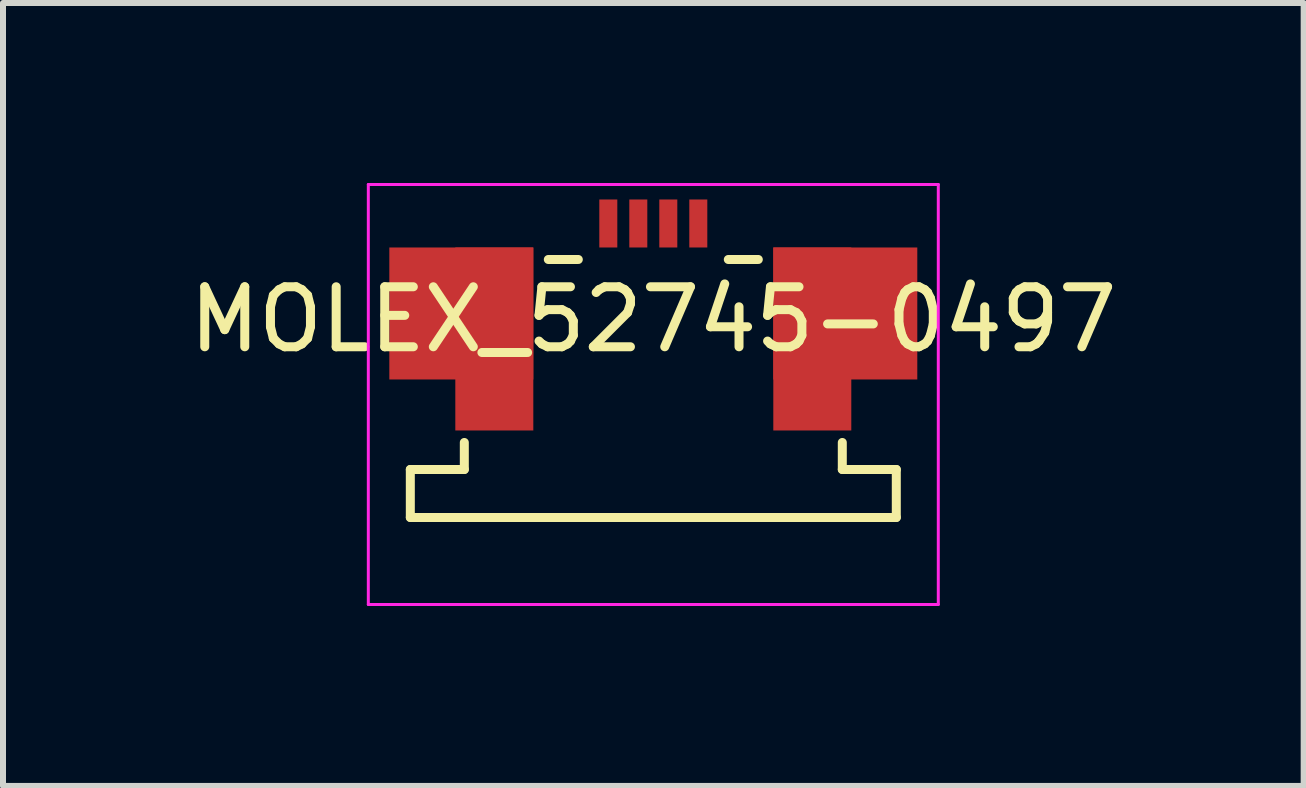
<source format=kicad_pcb>
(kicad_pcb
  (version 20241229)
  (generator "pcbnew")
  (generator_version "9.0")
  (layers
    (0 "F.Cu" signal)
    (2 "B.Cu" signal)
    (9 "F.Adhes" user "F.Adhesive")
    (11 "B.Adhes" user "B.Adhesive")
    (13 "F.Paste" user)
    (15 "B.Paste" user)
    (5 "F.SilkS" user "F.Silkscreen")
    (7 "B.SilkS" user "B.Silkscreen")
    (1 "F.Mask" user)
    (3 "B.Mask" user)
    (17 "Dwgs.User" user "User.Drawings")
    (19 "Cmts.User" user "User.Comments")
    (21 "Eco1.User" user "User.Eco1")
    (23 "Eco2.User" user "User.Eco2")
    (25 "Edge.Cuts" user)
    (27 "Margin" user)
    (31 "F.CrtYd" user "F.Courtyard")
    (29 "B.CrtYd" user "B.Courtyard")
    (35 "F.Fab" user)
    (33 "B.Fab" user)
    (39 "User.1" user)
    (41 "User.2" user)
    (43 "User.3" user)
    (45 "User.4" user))
  (footprint "MOLEX_52745-0497"
    (layer "F.Cu")
    (at 7.839 1.275)
    (property "Reference" "MOLEX_52745-0497" (at 0 1 0) (layer "F.SilkS") (effects (font (size 1 1) (thickness 0.15))))
    (attr through_hole)
    (fp_line (start -4.05 3.5) (end -4.05 4.3) (stroke (width 0.15) (type solid)) (layer "F.SilkS"))
    (fp_line (start -4.05 3.5) (end -3.15 3.5) (stroke (width 0.15) (type solid)) (layer "F.SilkS"))
    (fp_line (start -4.05 4.3) (end 4.05 4.3) (stroke (width 0.15) (type solid)) (layer "F.SilkS"))
    (fp_line (start -3.15 3.5) (end -3.15 3.05) (stroke (width 0.15) (type solid)) (layer "F.SilkS"))
    (fp_line (start -1.75 0) (end -1.25 0) (stroke (width 0.15) (type solid)) (layer "F.SilkS"))
    (fp_line (start 1.25 0) (end 1.75 0) (stroke (width 0.15) (type solid)) (layer "F.SilkS"))
    (fp_line (start 3.15 3.5) (end 3.15 3.05) (stroke (width 0.15) (type solid)) (layer "F.SilkS"))
    (fp_line (start 3.15 3.5) (end 4.05 3.5) (stroke (width 0.15) (type solid)) (layer "F.SilkS"))
    (fp_line (start 4.05 4.3) (end 4.05 3.5) (stroke (width 0.15) (type solid)) (layer "F.SilkS"))
    (fp_line (start -4.75 -1.25) (end -4.75 5.75) (stroke (width 0.05) (type solid)) (layer "F.CrtYd"))
    (fp_line (start -4.75 5.75) (end 4.75 5.75) (stroke (width 0.05) (type solid)) (layer "F.CrtYd"))
    (fp_line (start 4.75 -1.25) (end -4.75 -1.25) (stroke (width 0.05) (type solid)) (layer "F.CrtYd"))
    (fp_line (start 4.75 5.75) (end 4.75 -1.25) (stroke (width 0.05) (type solid)) (layer "F.CrtYd"))
    (pad "" smd rect (at -3.2 0.9) (size 2.4 2.2) (layers "F.Cu" "F.Mask" "F.Paste"))
    (pad "" smd rect (at -2.65 1.325) (size 1.3 3.05) (layers "F.Cu" "F.Mask" "F.Paste"))
    (pad "" smd rect (at 2.65 1.325) (size 1.3 3.05) (layers "F.Cu" "F.Mask" "F.Paste"))
    (pad "" smd rect (at 3.2 0.9) (size 2.4 2.2) (layers "F.Cu" "F.Mask" "F.Paste"))
    (pad "1" smd rect (at -0.75 -0.6) (size 0.3 0.8) (layers "F.Cu" "F.Mask" "F.Paste"))
    (pad "2" smd rect (at -0.25 -0.6) (size 0.3 0.8) (layers "F.Cu" "F.Mask" "F.Paste"))
    (pad "3" smd rect (at 0.25 -0.6) (size 0.3 0.8) (layers "F.Cu" "F.Mask" "F.Paste"))
    (pad "4" smd rect (at 0.75 -0.6) (size 0.3 0.8) (layers "F.Cu" "F.Mask" "F.Paste")))
  (gr_rect
    (start -3 -3)
    (end 18.679 10.05)
    (stroke (width 0.1) (type default))
    (fill no)
    (layer "Edge.Cuts")))
</source>
